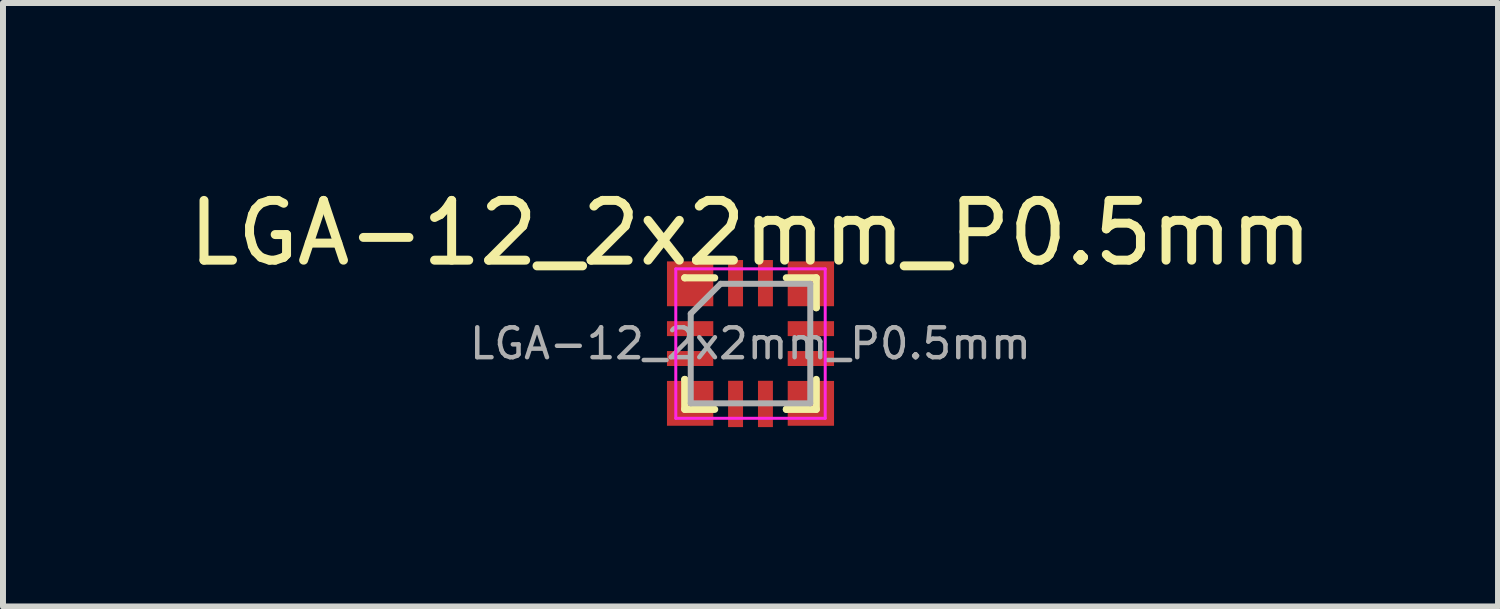
<source format=kicad_pcb>
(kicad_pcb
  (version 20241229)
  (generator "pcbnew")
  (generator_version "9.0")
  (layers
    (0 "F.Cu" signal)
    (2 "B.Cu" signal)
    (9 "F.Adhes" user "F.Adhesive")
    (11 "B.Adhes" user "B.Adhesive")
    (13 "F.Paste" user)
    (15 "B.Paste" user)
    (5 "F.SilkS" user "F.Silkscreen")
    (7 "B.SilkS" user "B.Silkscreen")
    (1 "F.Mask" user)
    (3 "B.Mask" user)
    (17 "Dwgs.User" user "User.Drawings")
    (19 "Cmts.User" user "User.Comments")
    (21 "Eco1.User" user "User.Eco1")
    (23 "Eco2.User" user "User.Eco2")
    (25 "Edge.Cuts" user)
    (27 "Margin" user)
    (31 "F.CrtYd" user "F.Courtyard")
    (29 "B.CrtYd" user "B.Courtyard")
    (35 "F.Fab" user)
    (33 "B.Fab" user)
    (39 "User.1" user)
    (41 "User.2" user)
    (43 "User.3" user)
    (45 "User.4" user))
  (footprint "LGA-12_2x2mm_P0.5mm"
    (layer "F.Cu")
    (at 9.506 2.698)
    (property "Reference" "LGA-12_2x2mm_P0.5mm" (at 0 -1.85 0) (layer "F.SilkS") (effects (font (size 1 1) (thickness 0.15))))
    (attr smd)
    (fp_line (start -1.1 -1.1) (end -1.1 -1.1) (stroke (width 0.12) (type solid)) (layer "F.SilkS"))
    (fp_line (start -1.1 0.6) (end -1.1 0.6) (stroke (width 0.12) (type solid)) (layer "F.SilkS"))
    (fp_line (start -1.1 1.1) (end -1.1 0.6) (stroke (width 0.12) (type solid)) (layer "F.SilkS"))
    (fp_line (start -0.6 -1.1) (end -1.1 -1.1) (stroke (width 0.12) (type solid)) (layer "F.SilkS"))
    (fp_line (start -0.6 1.1) (end -1.1 1.1) (stroke (width 0.12) (type solid)) (layer "F.SilkS"))
    (fp_line (start 0.6 -1.1) (end 1.1 -1.1) (stroke (width 0.12) (type solid)) (layer "F.SilkS"))
    (fp_line (start 0.6 1.1) (end 0.6 1.1) (stroke (width 0.12) (type solid)) (layer "F.SilkS"))
    (fp_line (start 1.1 -1.1) (end 1.1 -0.6) (stroke (width 0.12) (type solid)) (layer "F.SilkS"))
    (fp_line (start 1.1 -0.6) (end 1.1 -0.6) (stroke (width 0.12) (type solid)) (layer "F.SilkS"))
    (fp_line (start 1.1 0.6) (end 1.1 1.1) (stroke (width 0.12) (type solid)) (layer "F.SilkS"))
    (fp_line (start 1.1 1.1) (end 0.6 1.1) (stroke (width 0.12) (type solid)) (layer "F.SilkS"))
    (fp_line (start -1.25 -1.25) (end 1.25 -1.25) (stroke (width 0.05) (type solid)) (layer "F.CrtYd"))
    (fp_line (start -1.25 1.25) (end -1.25 -1.25) (stroke (width 0.05) (type solid)) (layer "F.CrtYd"))
    (fp_line (start 1.25 -1.25) (end 1.25 1.25) (stroke (width 0.05) (type solid)) (layer "F.CrtYd"))
    (fp_line (start 1.25 1.25) (end -1.25 1.25) (stroke (width 0.05) (type solid)) (layer "F.CrtYd"))
    (fp_line (start -1 -0.5) (end -0.5 -1) (stroke (width 0.1) (type solid)) (layer "F.Fab"))
    (fp_line (start -1 1) (end -1 -0.5) (stroke (width 0.1) (type solid)) (layer "F.Fab"))
    (fp_line (start -0.5 -1) (end 1 -1) (stroke (width 0.1) (type solid)) (layer "F.Fab"))
    (fp_line (start 1 -1) (end 1 1) (stroke (width 0.1) (type solid)) (layer "F.Fab"))
    (fp_line (start 1 1) (end -1 1) (stroke (width 0.1) (type solid)) (layer "F.Fab"))
    (fp_text user "${REFERENCE}" (at 0 0 0) (layer "F.Fab") (effects (font (size 0.5 0.5) (thickness 0.075))))
    (pad "1" smd rect (at -1.01 -1) (size 0.775 0.75) (layers "F.Cu" "F.Mask" "F.Paste"))
    (pad "2" smd rect (at -1.01 -0.25) (size 0.775 0.25) (layers "F.Cu" "F.Mask" "F.Paste"))
    (pad "3" smd rect (at -1.01 0.25) (size 0.775 0.25) (layers "F.Cu" "F.Mask" "F.Paste"))
    (pad "4" smd rect (at -1.01 1) (size 0.775 0.75) (layers "F.Cu" "F.Mask" "F.Paste"))
    (pad "5" smd rect (at -0.25 1.01 90) (size 0.775 0.25) (layers "F.Cu" "F.Mask" "F.Paste"))
    (pad "6" smd rect (at 0.25 1.01 90) (size 0.775 0.25) (layers "F.Cu" "F.Mask" "F.Paste"))
    (pad "7" smd rect (at 1.01 1) (size 0.775 0.75) (layers "F.Cu" "F.Mask" "F.Paste"))
    (pad "8" smd rect (at 1.01 0.25) (size 0.775 0.25) (layers "F.Cu" "F.Mask" "F.Paste"))
    (pad "9" smd rect (at 1.01 -0.25) (size 0.775 0.25) (layers "F.Cu" "F.Mask" "F.Paste"))
    (pad "10" smd rect (at 1.01 -1) (size 0.775 0.75) (layers "F.Cu" "F.Mask" "F.Paste"))
    (pad "11" smd rect (at 0.25 -1.01 90) (size 0.775 0.25) (layers "F.Cu" "F.Mask" "F.Paste"))
    (pad "12" smd rect (at -0.25 -1.01 90) (size 0.775 0.25) (layers "F.Cu" "F.Mask" "F.Paste")))
  (gr_rect
    (start -3 -3)
    (end 22.012 7.096)
    (stroke (width 0.1) (type default))
    (fill no)
    (layer "Edge.Cuts")))
</source>
